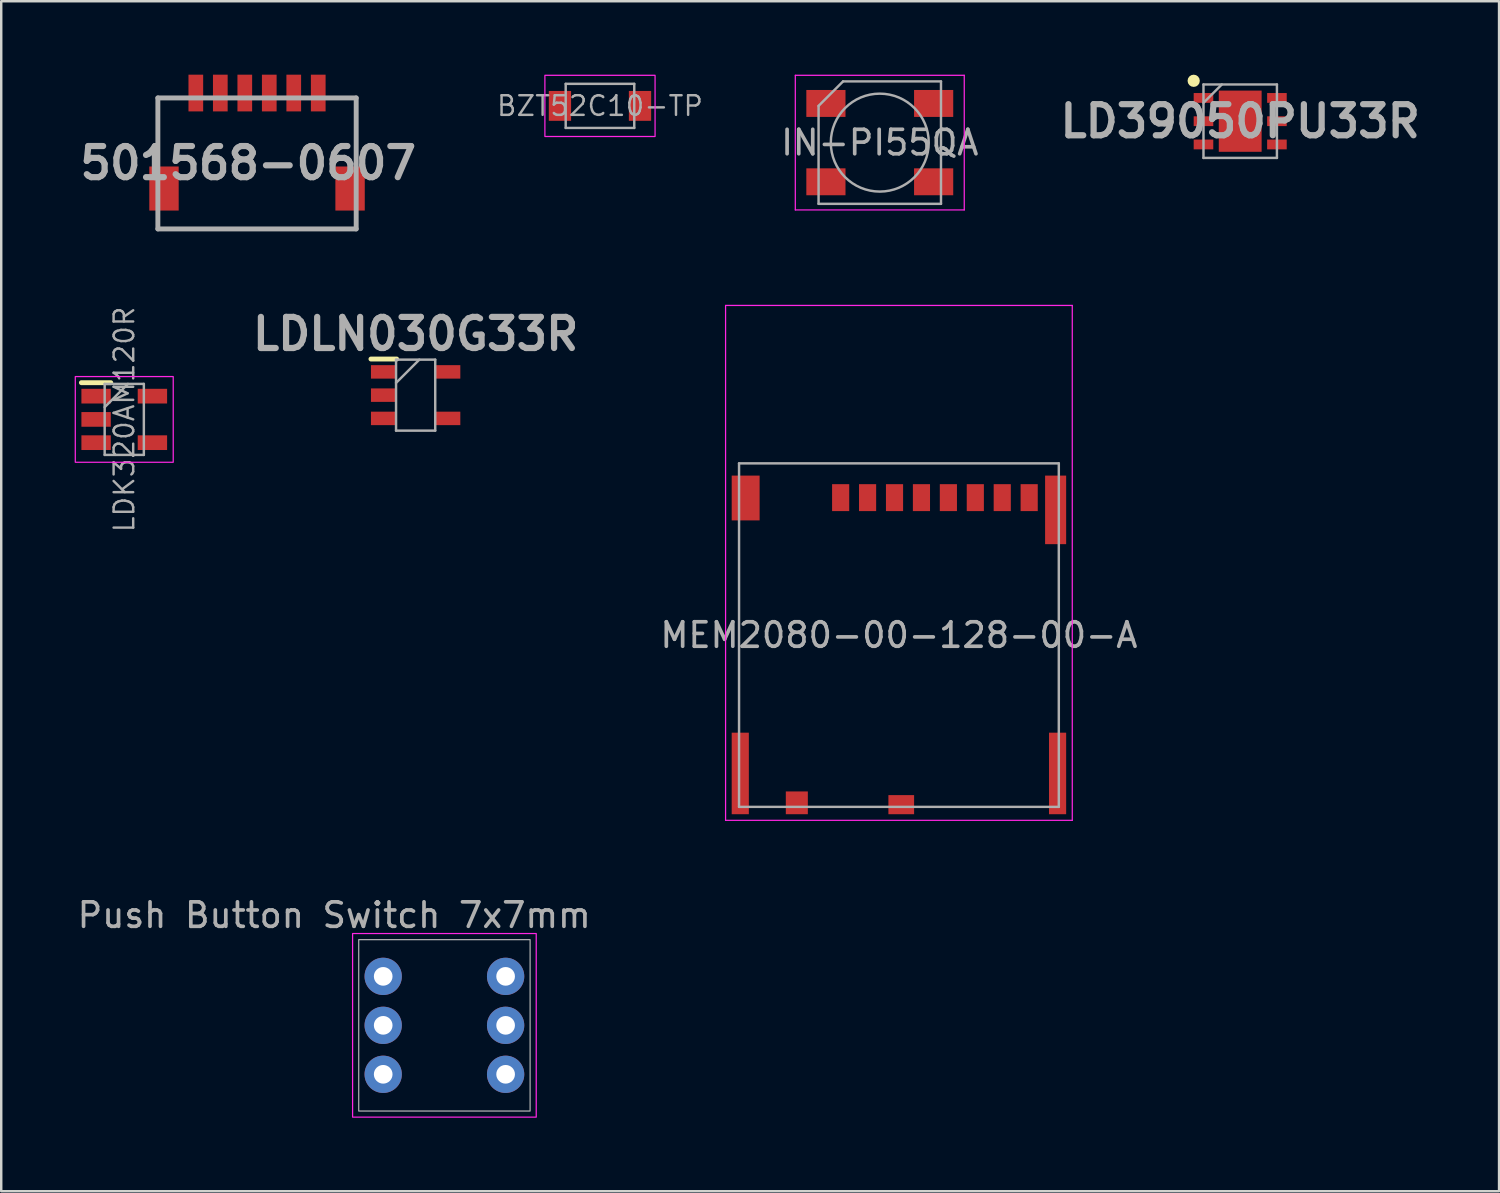
<source format=kicad_pcb>
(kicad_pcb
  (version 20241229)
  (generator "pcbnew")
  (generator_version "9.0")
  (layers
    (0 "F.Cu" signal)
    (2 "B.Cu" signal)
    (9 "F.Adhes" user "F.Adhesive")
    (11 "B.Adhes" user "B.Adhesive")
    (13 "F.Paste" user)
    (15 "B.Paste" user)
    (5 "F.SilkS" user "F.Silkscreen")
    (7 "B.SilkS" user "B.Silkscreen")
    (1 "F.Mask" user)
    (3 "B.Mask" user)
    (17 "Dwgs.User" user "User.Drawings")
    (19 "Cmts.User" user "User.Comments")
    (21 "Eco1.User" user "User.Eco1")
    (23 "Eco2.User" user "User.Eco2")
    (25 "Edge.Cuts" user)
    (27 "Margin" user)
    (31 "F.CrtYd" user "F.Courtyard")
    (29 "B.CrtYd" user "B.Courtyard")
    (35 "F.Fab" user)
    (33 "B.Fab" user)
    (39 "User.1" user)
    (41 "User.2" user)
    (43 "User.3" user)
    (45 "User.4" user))
  (footprint "IN-PI55QA"
    (layer "F.Cu")
    (at 32.883 2.775)
    (property "Reference" "IN-PI55QA" (at 0 0 0) (layer "F.Fab") (effects (font (size 1 1) (thickness 0.15))))
    (attr smd)
    (fp_line (start -3.45 -2.75) (end -3.45 2.75) (stroke (width 0.05) (type solid)) (layer "F.CrtYd"))
    (fp_line (start -3.45 2.75) (end 3.45 2.75) (stroke (width 0.05) (type solid)) (layer "F.CrtYd"))
    (fp_line (start 3.45 -2.75) (end -3.45 -2.75) (stroke (width 0.05) (type solid)) (layer "F.CrtYd"))
    (fp_line (start 3.45 2.75) (end 3.45 -2.75) (stroke (width 0.05) (type solid)) (layer "F.CrtYd"))
    (fp_line (start -2.5 -1.5) (end -2.5 2.5) (stroke (width 0.1) (type solid)) (layer "F.Fab"))
    (fp_line (start -2.5 2.5) (end 2.5 2.5) (stroke (width 0.1) (type solid)) (layer "F.Fab"))
    (fp_line (start -1.5 -2.5) (end -2.5 -1.5) (stroke (width 0.1) (type solid)) (layer "F.Fab"))
    (fp_line (start 2.5 -2.5) (end -1.5 -2.5) (stroke (width 0.1) (type solid)) (layer "F.Fab"))
    (fp_line (start 2.5 2.5) (end 2.5 -2.5) (stroke (width 0.1) (type solid)) (layer "F.Fab"))
    (fp_circle (center 0 0) (end 0 -2) (stroke (width 0.1) (type solid)) (fill no) (layer "F.Fab"))
    (pad "1" smd rect (at -2.2 -1.6) (size 1.6 1.1) (layers "F.Cu" "F.Mask" "F.Paste"))
    (pad "2" smd rect (at -2.2 1.6) (size 1.6 1.1) (layers "F.Cu" "F.Mask" "F.Paste"))
    (pad "3" smd rect (at 2.2 1.6) (size 1.6 1.1) (layers "F.Cu" "F.Mask" "F.Paste"))
    (pad "4" smd rect (at 2.2 -1.6) (size 1.6 1.1) (layers "F.Cu" "F.Mask" "F.Paste")))
  (footprint "LD39050PU33R"
    (layer "F.Cu")
    (at 47.604 1.9)
    (property "Reference" "LD39050PU33R" (at 0 0 0) (layer "F.Fab") (effects (font (size 1.27 1.27) (thickness 0.254))))
    (attr smd)
    (fp_circle (center -1.9 -1.65) (end -1.9 -1.525) (stroke (width 0.25) (type solid)) (fill no) (layer "F.SilkS"))
    (fp_rect (start -2 -1.75) (end 2 1.75) (stroke (width 0.05) (type default)) (fill no) (layer "Margin"))
    (fp_line (start -1.5 -1.5) (end 1.5 -1.5) (stroke (width 0.1) (type solid)) (layer "F.Fab"))
    (fp_line (start -1.5 -0.75) (end -0.75 -1.5) (stroke (width 0.1) (type solid)) (layer "F.Fab"))
    (fp_line (start -1.5 1.5) (end -1.5 -1.5) (stroke (width 0.1) (type solid)) (layer "F.Fab"))
    (fp_line (start 1.5 -1.5) (end 1.5 1.5) (stroke (width 0.1) (type solid)) (layer "F.Fab"))
    (fp_line (start 1.5 1.5) (end -1.5 1.5) (stroke (width 0.1) (type solid)) (layer "F.Fab"))
    (pad "1" smd rect (at -1.5 -0.95 90) (size 0.4 0.8) (layers "F.Cu" "F.Mask" "F.Paste"))
    (pad "2" smd rect (at -1.5 0 90) (size 0.4 0.8) (layers "F.Cu" "F.Mask" "F.Paste"))
    (pad "3" smd rect (at -1.5 0.95 90) (size 0.4 0.8) (layers "F.Cu" "F.Mask" "F.Paste"))
    (pad "4" smd rect (at 1.5 0.95 90) (size 0.4 0.8) (layers "F.Cu" "F.Mask" "F.Paste"))
    (pad "5" smd rect (at 1.5 0 90) (size 0.4 0.8) (layers "F.Cu" "F.Mask" "F.Paste"))
    (pad "6" smd rect (at 1.5 -0.95 90) (size 0.4 0.8) (layers "F.Cu" "F.Mask" "F.Paste"))
    (pad "7" smd rect (at 0 0) (size 1.75 2.5) (layers "F.Cu" "F.Mask" "F.Paste")))
  (footprint "501568-0607"
    (layer "F.Cu")
    (at 7.448 0.95)
    (property "Reference" "501568-0607" (at -0.36 2.661 0) (layer "F.Fab") (effects (font (size 1.27 1.27) (thickness 0.254))))
    (attr smd)
    (fp_line (start -4.05 0) (end 4.05 0) (stroke (width 0.2) (type solid)) (layer "F.Fab"))
    (fp_line (start -4.05 5.35) (end -4.05 0) (stroke (width 0.2) (type solid)) (layer "F.Fab"))
    (fp_line (start 4.05 0) (end 4.05 5.35) (stroke (width 0.2) (type solid)) (layer "F.Fab"))
    (fp_line (start 4.05 5.35) (end -4.05 5.35) (stroke (width 0.2) (type solid)) (layer "F.Fab"))
    (pad "1" smd rect (at -2.5 -0.2) (size 0.6 1.5) (layers "F.Cu" "F.Mask" "F.Paste"))
    (pad "2" smd rect (at -1.5 -0.2) (size 0.6 1.5) (layers "F.Cu" "F.Mask" "F.Paste"))
    (pad "3" smd rect (at -0.5 -0.2) (size 0.6 1.5) (layers "F.Cu" "F.Mask" "F.Paste"))
    (pad "4" smd rect (at 0.5 -0.2) (size 0.6 1.5) (layers "F.Cu" "F.Mask" "F.Paste"))
    (pad "5" smd rect (at 1.5 -0.2) (size 0.6 1.5) (layers "F.Cu" "F.Mask" "F.Paste"))
    (pad "6" smd rect (at 2.5 -0.2) (size 0.6 1.5) (layers "F.Cu" "F.Mask" "F.Paste"))
    (pad "7" smd rect (at -3.8 3.7) (size 1.2 1.8) (layers "F.Cu" "F.Mask" "F.Paste"))
    (pad "8" smd rect (at 3.8 3.7) (size 1.2 1.8) (layers "F.Cu" "F.Mask" "F.Paste")))
  (footprint "MEM2080-00-128-00-A"
    (layer "F.Cu")
    (at 33.665 22.89)
    (property "Reference" "MEM2080-00-128-00-A" (at 0 0 0) (layer "F.Fab") (effects (font (size 1 1) (thickness 0.15))))
    (attr through_hole)
    (fp_line (start -7.08 -13.465) (end -7.08 7.565) (stroke (width 0.05) (type solid)) (layer "F.CrtYd"))
    (fp_line (start -7.08 7.565) (end 7.08 7.565) (stroke (width 0.05) (type solid)) (layer "F.CrtYd"))
    (fp_line (start 7.08 -13.465) (end -7.08 -13.465) (stroke (width 0.05) (type solid)) (layer "F.CrtYd"))
    (fp_line (start 7.08 7.565) (end 7.08 -13.465) (stroke (width 0.05) (type solid)) (layer "F.CrtYd"))
    (fp_line (start -6.53 -7.015) (end 6.53 -7.015) (stroke (width 0.1) (type solid)) (layer "F.Fab"))
    (fp_line (start -6.53 7.015) (end -6.53 -7.015) (stroke (width 0.1) (type solid)) (layer "F.Fab"))
    (fp_line (start 6.53 -7.015) (end 6.53 7.015) (stroke (width 0.1) (type solid)) (layer "F.Fab"))
    (fp_line (start 6.53 7.015) (end -6.53 7.015) (stroke (width 0.1) (type solid)) (layer "F.Fab"))
    (pad "DSW1" smd rect (at -4.17 6.85) (size 0.9 0.93) (layers "F.Cu" "F.Mask" "F.Paste"))
    (pad "DSW2" smd rect (at 0.095 6.925) (size 1.05 0.78) (layers "F.Cu" "F.Mask" "F.Paste"))
    (pad "P1" smd rect (at -2.38 -5.615) (size 0.7 1.1) (layers "F.Cu" "F.Mask" "F.Paste"))
    (pad "P2" smd rect (at -1.28 -5.615) (size 0.7 1.1) (layers "F.Cu" "F.Mask" "F.Paste"))
    (pad "P3" smd rect (at -0.18 -5.615) (size 0.7 1.1) (layers "F.Cu" "F.Mask" "F.Paste"))
    (pad "P4" smd rect (at 0.92 -5.615) (size 0.7 1.1) (layers "F.Cu" "F.Mask" "F.Paste"))
    (pad "P5" smd rect (at 2.02 -5.615) (size 0.7 1.1) (layers "F.Cu" "F.Mask" "F.Paste"))
    (pad "P6" smd rect (at 3.12 -5.615) (size 0.7 1.1) (layers "F.Cu" "F.Mask" "F.Paste"))
    (pad "P7" smd rect (at 4.22 -5.615) (size 0.7 1.1) (layers "F.Cu" "F.Mask" "F.Paste"))
    (pad "P8" smd rect (at 5.32 -5.615) (size 0.7 1.1) (layers "F.Cu" "F.Mask" "F.Paste"))
    (pad "S1" smd rect (at -6.26 -5.6) (size 1.14 1.83) (layers "F.Cu" "F.Mask" "F.Paste"))
    (pad "S2" smd rect (at 6.4 -5.115) (size 0.86 2.8) (layers "F.Cu" "F.Mask" "F.Paste"))
    (pad "S3" smd rect (at -6.48 5.65) (size 0.7 3.33) (layers "F.Cu" "F.Mask" "F.Paste"))
    (pad "S4" smd rect (at 6.48 5.65) (size 0.7 3.33) (layers "F.Cu" "F.Mask" "F.Paste"))
    (zone (net_name "") (layer "F.Cu") (hatch full 0.508) (connect_pads) (min_thickness 0.01) (filled_areas_thickness no) (keepout (tracks not_allowed) (vias not_allowed) (pads not_allowed) (copperpour not_allowed) (footprints allowed)) (placement (enabled no)) (fill) (polygon (pts (xy 35.635 26.875) (xy 30.635 26.875) (xy 30.635 21.425) (xy 39.635 21.425) (xy 39.635 29.275) (xy 35.635 29.275))))
    (zone (net_name "") (layers "F.Cu" "B.Cu") (hatch full 0.508) (connect_pads) (min_thickness 0.01) (filled_areas_thickness no) (keepout (tracks allowed) (vias not_allowed) (pads allowed) (copperpour allowed) (footprints allowed)) (placement (enabled no)) (fill) (polygon (pts (xy 35.635 26.875) (xy 30.635 26.875) (xy 30.635 21.425) (xy 39.635 21.425) (xy 39.635 29.275) (xy 35.635 29.275)))))
  (footprint "BZT52C10-TP"
    (layer "F.Cu")
    (at 21.455 1.275)
    (property "Reference" "BZT52C10-TP" (at 0 0 0) (layer "F.Fab") (effects (font (size 0.8 0.8) (thickness 0.1))))
    (attr smd)
    (fp_rect (start -2.25 -1.25) (end 2.25 1.25) (stroke (width 0.05) (type default)) (fill no) (layer "F.CrtYd"))
    (fp_line (start -1.4 -0.9) (end 1.4 -0.9) (stroke (width 0.1) (type solid)) (layer "F.Fab"))
    (fp_line (start -1.4 0.9) (end -1.4 -0.9) (stroke (width 0.1) (type solid)) (layer "F.Fab"))
    (fp_line (start 1.4 -0.9) (end 1.4 0.9) (stroke (width 0.1) (type solid)) (layer "F.Fab"))
    (fp_line (start 1.4 0.9) (end -1.4 0.9) (stroke (width 0.1) (type solid)) (layer "F.Fab"))
    (pad "1" smd rect (at -1.635 0) (size 0.91 1.22) (layers "F.Cu" "F.Mask" "F.Paste"))
    (pad "2" smd rect (at 1.635 0) (size 0.91 1.22) (layers "F.Cu" "F.Mask" "F.Paste")))
  (footprint "LDLN030G33R"
    (layer "F.Cu")
    (at 13.926 13.089)
    (property "Reference" "LDLN030G33R" (at 0 -2.5 0) (layer "F.Fab") (effects (font (size 1.27 1.27) (thickness 0.254))))
    (attr smd)
    (fp_line (start -1.825 -1.475) (end -0.775 -1.475) (stroke (width 0.2) (type solid)) (layer "F.SilkS"))
    (fp_rect (start -2 -1.75) (end 2 1.75) (stroke (width 0.05) (type default)) (fill no) (layer "Margin"))
    (fp_line (start -0.8 -1.45) (end 0.8 -1.45) (stroke (width 0.1) (type solid)) (layer "F.Fab"))
    (fp_line (start -0.8 -0.5) (end 0.15 -1.45) (stroke (width 0.1) (type solid)) (layer "F.Fab"))
    (fp_line (start -0.8 1.45) (end -0.8 -1.45) (stroke (width 0.1) (type solid)) (layer "F.Fab"))
    (fp_line (start 0.8 -1.45) (end 0.8 1.45) (stroke (width 0.1) (type solid)) (layer "F.Fab"))
    (fp_line (start 0.8 1.45) (end -0.8 1.45) (stroke (width 0.1) (type solid)) (layer "F.Fab"))
    (pad "1" smd rect (at -1.3 -0.95 90) (size 0.55 1.05) (layers "F.Cu" "F.Mask" "F.Paste"))
    (pad "2" smd rect (at -1.3 0 90) (size 0.55 1.05) (layers "F.Cu" "F.Mask" "F.Paste"))
    (pad "3" smd rect (at -1.3 0.95 90) (size 0.55 1.05) (layers "F.Cu" "F.Mask" "F.Paste"))
    (pad "4" smd rect (at 1.3 0.95 90) (size 0.55 1.05) (layers "F.Cu" "F.Mask" "F.Paste"))
    (pad "5" smd rect (at 1.3 -0.95 90) (size 0.55 1.05) (layers "F.Cu" "F.Mask" "F.Paste")))
  (footprint "LDK320AM120R"
    (layer "F.Cu")
    (at 2.025 14.08)
    (property "Reference" "LDK320AM120R" (at 0 0 90) (layer "F.Fab") (effects (font (size 0.8 0.8) (thickness 0.1))))
    (attr smd)
    (fp_line (start -1.75 -1.5) (end -0.55 -1.5) (stroke (width 0.2) (type solid)) (layer "F.SilkS"))
    (fp_rect (start -2 -1.75) (end 2 1.75) (stroke (width 0.05) (type default)) (fill no) (layer "F.CrtYd"))
    (fp_line (start -0.8 -1.45) (end 0.8 -1.45) (stroke (width 0.1) (type solid)) (layer "F.Fab"))
    (fp_line (start -0.8 -0.5) (end 0.15 -1.45) (stroke (width 0.1) (type solid)) (layer "F.Fab"))
    (fp_line (start -0.8 1.45) (end -0.8 -1.45) (stroke (width 0.1) (type solid)) (layer "F.Fab"))
    (fp_line (start 0.8 -1.45) (end 0.8 1.45) (stroke (width 0.1) (type solid)) (layer "F.Fab"))
    (fp_line (start 0.8 1.45) (end -0.8 1.45) (stroke (width 0.1) (type solid)) (layer "F.Fab"))
    (pad "1" smd rect (at -1.15 -0.95 90) (size 0.6 1.2) (layers "F.Cu" "F.Mask" "F.Paste"))
    (pad "2" smd rect (at -1.15 0 90) (size 0.6 1.2) (layers "F.Cu" "F.Mask" "F.Paste"))
    (pad "3" smd rect (at -1.15 0.95 90) (size 0.6 1.2) (layers "F.Cu" "F.Mask" "F.Paste"))
    (pad "4" smd rect (at 1.15 0.95 90) (size 0.6 1.2) (layers "F.Cu" "F.Mask" "F.Paste"))
    (pad "5" smd rect (at 1.15 -0.95 90) (size 0.6 1.2) (layers "F.Cu" "F.Mask" "F.Paste")))
  (footprint "Push Button Switch 7x7mm"
    (layer "F.Cu")
    (at 10.601 34.828)
    (property "Reference" "Push Button Switch 7x7mm" (at 0 -0.5 0) (unlocked yes) (layer "F.Fab") (effects (font (size 1 1) (thickness 0.15))))
    (attr through_hole)
    (fp_rect (start 0.75 0.25) (end 8.25 7.75) (stroke (width 0.05) (type default)) (fill no) (layer "F.CrtYd"))
    (fp_rect (start 1 0.5) (end 8 7.5) (stroke (width 0.05) (type default)) (fill no) (layer "F.Fab"))
    (pad "1" thru_hole circle (at 2 2) (size 1.524 1.524) (drill 0.762) (layers "*.Cu" "*.Mask"))
    (pad "1" thru_hole circle (at 7 2) (size 1.524 1.524) (drill 0.762) (layers "*.Cu" "*.Mask"))
    (pad "2" thru_hole circle (at 2 4) (size 1.524 1.524) (drill 0.762) (layers "*.Cu" "*.Mask"))
    (pad "2" thru_hole circle (at 7 4) (size 1.524 1.524) (drill 0.762) (layers "*.Cu" "*.Mask"))
    (pad "3" thru_hole circle (at 2 6) (size 1.524 1.524) (drill 0.762) (layers "*.Cu" "*.Mask"))
    (pad "3" thru_hole circle (at 7 6) (size 1.524 1.524) (drill 0.762) (layers "*.Cu" "*.Mask")))
  (gr_rect
    (start -3 -3)
    (end 58.176 45.603)
    (stroke (width 0.1) (type default))
    (fill no)
    (layer "Edge.Cuts")))
</source>
